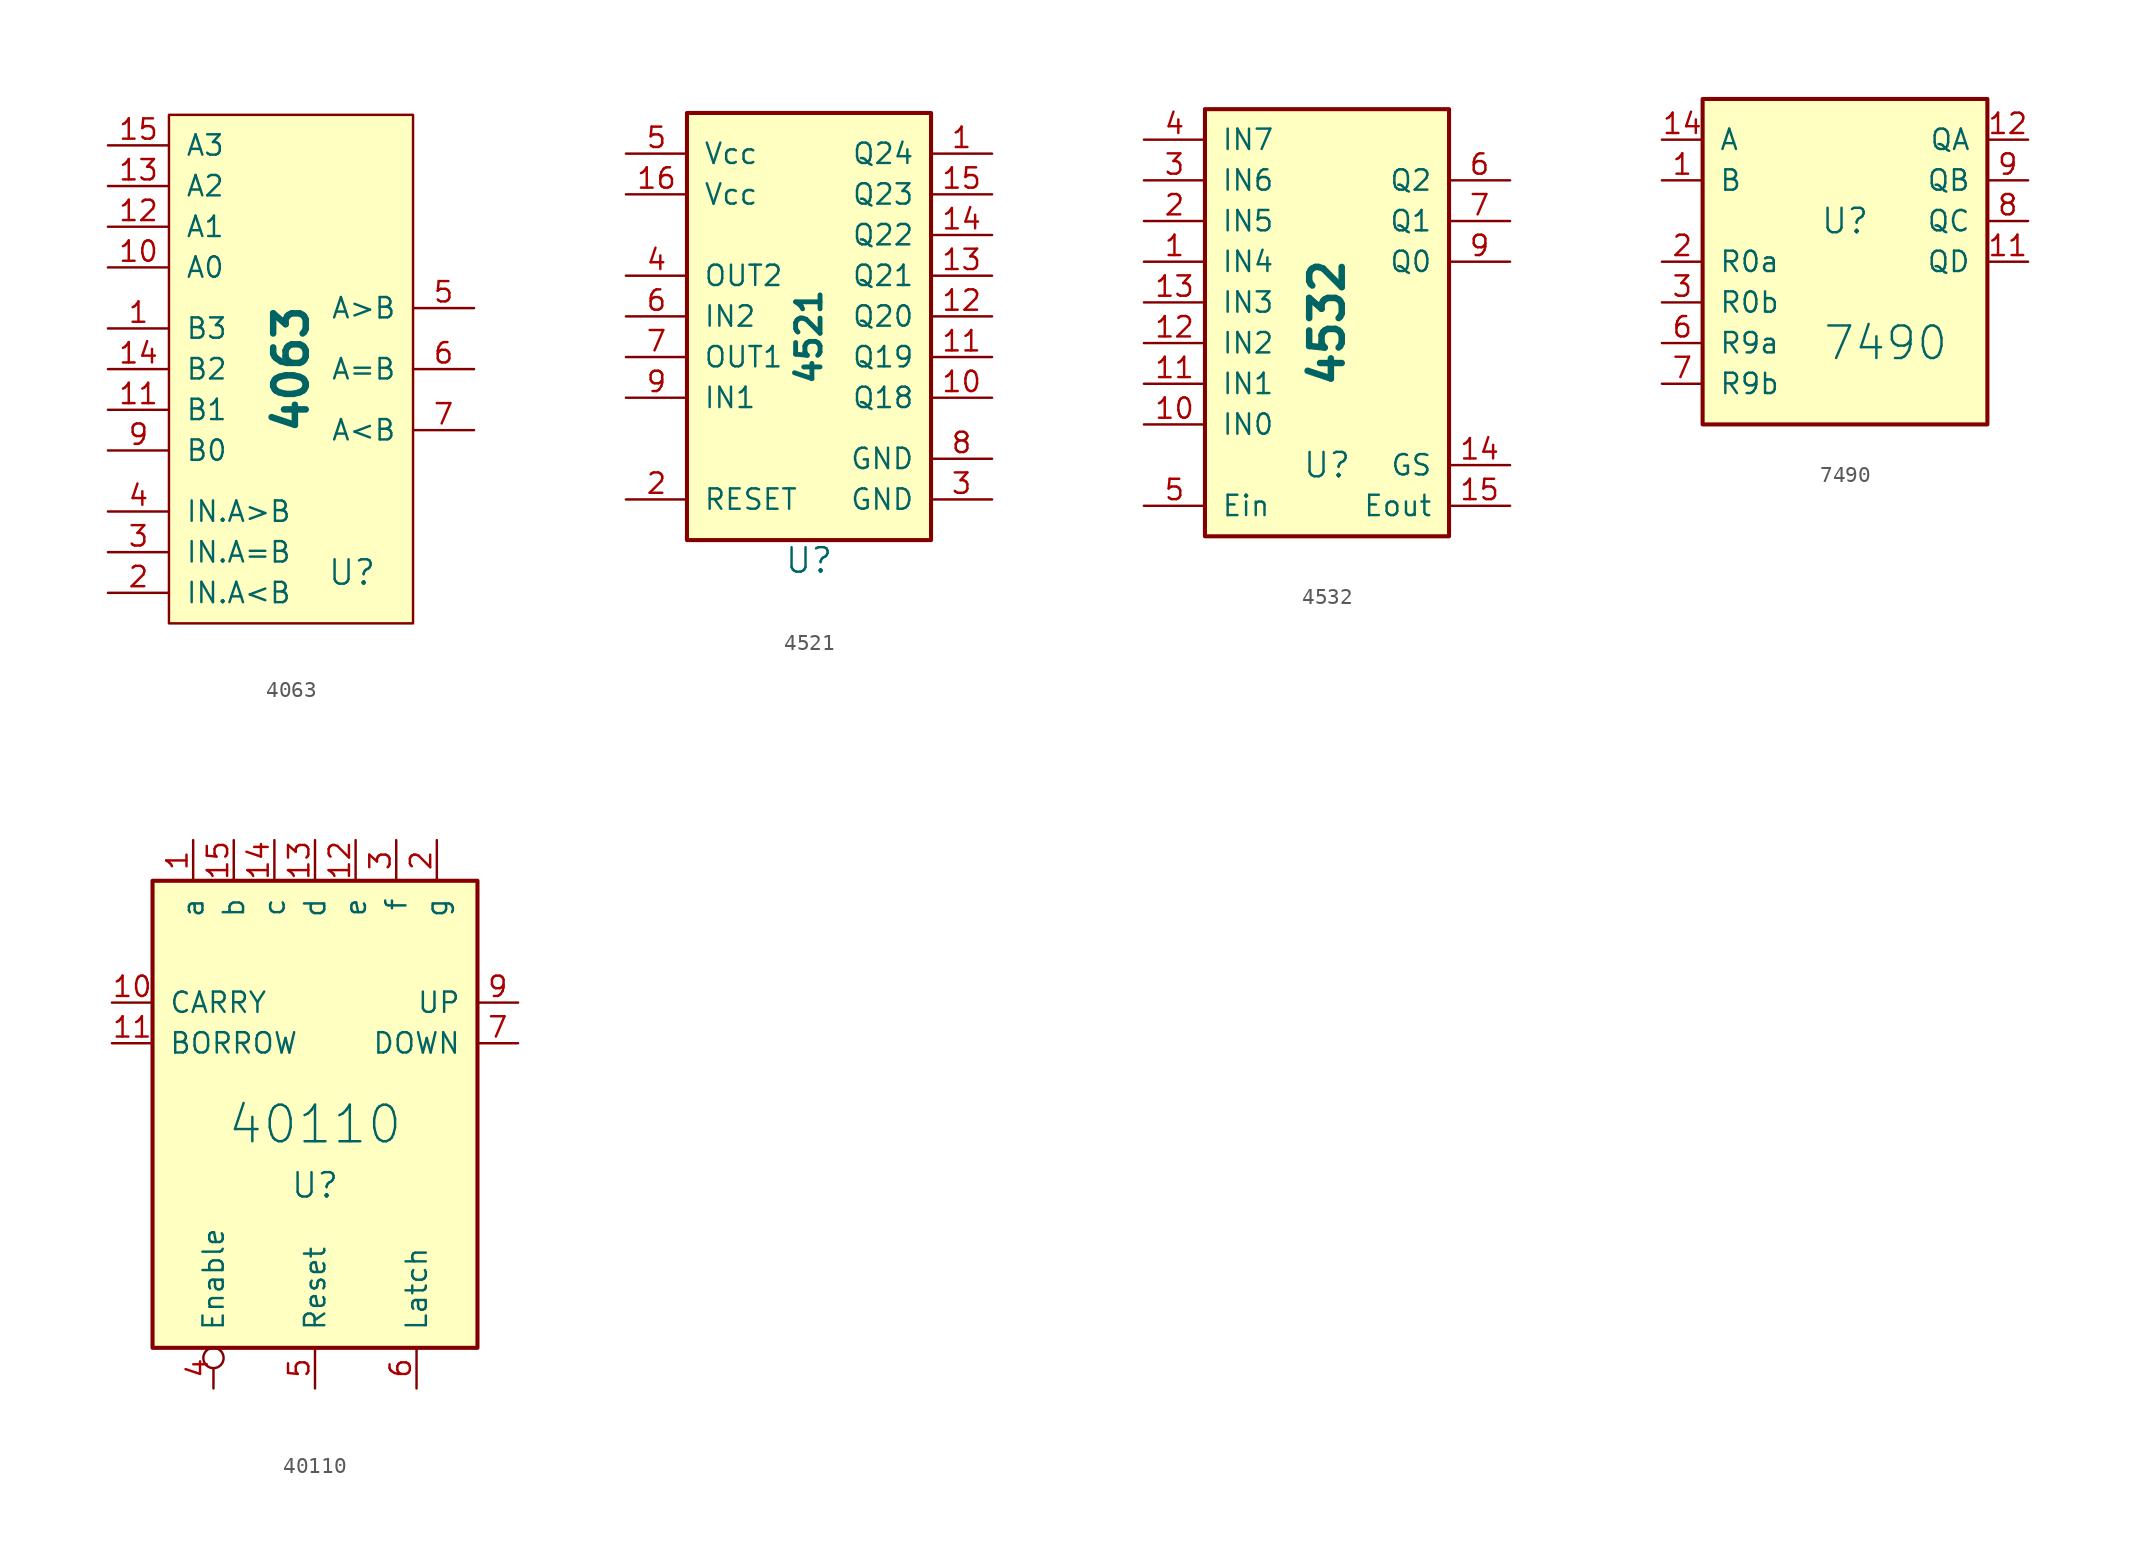
<source format=kicad_sym>
(kicad_symbol_lib
  (version 20231120)
  (generator "kicad_symbol_editor")
  (generator_version "8.0")
  (symbol "4063"
    (pin_names
      (offset 1.016))
    (property "Reference" "U"
      (at 3.81 -12.7 0)
      (effects (font (size 1.524 1.524))))
    (property "Value" "4063"
      (at 0 0 90)
      (effects (font (size 2.032 2.032) (bold yes))))
    (property "Footprint" ""
      (at 0 5.08 0)
      (effects (font (size 1.524 1.524))))
    (property "Datasheet" ""
      (at 0 5.08 0)
      (effects (font (size 1.524 1.524))))
    (symbol "4063_0_1"
      (rectangle (start -7.62 15.875) (end 7.62 -15.875) (stroke (width 0) (type default)) (fill (type background))))
    (symbol "4063_1_1"
      (pin input line (at -11.43 2.54 0) (length 3.81) (name "B3" (effects (font (size 1.27 1.27)))) (number "1" (effects (font (size 1.27 1.27)))))
      (pin input line (at -11.43 6.35 0) (length 3.81) (name "A0" (effects (font (size 1.27 1.27)))) (number "10" (effects (font (size 1.27 1.27)))))
      (pin input line (at -11.43 -2.54 0) (length 3.81) (name "B1" (effects (font (size 1.27 1.27)))) (number "11" (effects (font (size 1.27 1.27)))))
      (pin input line (at -11.43 8.89 0) (length 3.81) (name "A1" (effects (font (size 1.27 1.27)))) (number "12" (effects (font (size 1.27 1.27)))))
      (pin input line (at -11.43 11.43 0) (length 3.81) (name "A2" (effects (font (size 1.27 1.27)))) (number "13" (effects (font (size 1.27 1.27)))))
      (pin input line (at -11.43 0 0) (length 3.81) (name "B2" (effects (font (size 1.27 1.27)))) (number "14" (effects (font (size 1.27 1.27)))))
      (pin input line (at -11.43 13.97 0) (length 3.81) (name "A3" (effects (font (size 1.27 1.27)))) (number "15" (effects (font (size 1.27 1.27)))))
      (pin input line (at -11.43 -13.97 0) (length 3.81) (name "IN.A<B" (effects (font (size 1.27 1.27)))) (number "2" (effects (font (size 1.27 1.27)))))
      (pin input line (at -11.43 -11.43 0) (length 3.81) (name "IN.A=B" (effects (font (size 1.27 1.27)))) (number "3" (effects (font (size 1.27 1.27)))))
      (pin input line (at -11.43 -8.89 0) (length 3.81) (name "IN.A>B" (effects (font (size 1.27 1.27)))) (number "4" (effects (font (size 1.27 1.27)))))
      (pin input line (at 11.43 3.81 180) (length 3.81) (name "A>B" (effects (font (size 1.27 1.27)))) (number "5" (effects (font (size 1.27 1.27)))))
      (pin input line (at 11.43 0 180) (length 3.81) (name "A=B" (effects (font (size 1.27 1.27)))) (number "6" (effects (font (size 1.27 1.27)))))
      (pin input line (at 11.43 -3.81 180) (length 3.81) (name "A<B" (effects (font (size 1.27 1.27)))) (number "7" (effects (font (size 1.27 1.27)))))
      (pin input line (at -11.43 -5.08 0) (length 3.81) (name "B0" (effects (font (size 1.27 1.27)))) (number "9" (effects (font (size 1.27 1.27)))))))
  (symbol "4521"
    (pin_names
      (offset 1.016))
    (property "Reference" "U"
      (at 0 -13.97 0)
      (effects (font (size 1.524 1.524))))
    (property "Value" "4521"
      (at 0 0 90)
      (effects (font (size 1.524 1.524) (bold yes))))
    (symbol "4521_0_0"
      (pin passive line (at 11.43 -7.62 180) (length 3.81) (name "GND" (effects (font (size 1.27 1.27)))) (number "8" (effects (font (size 1.27 1.27))))))
    (symbol "4521_0_1"
      (rectangle (start -7.62 13.97) (end 7.62 -12.7) (stroke (width 0.254) (type default)) (fill (type background))))
    (symbol "4521_1_1"
      (pin output line (at 11.43 11.43 180) (length 3.81) (name "Q24" (effects (font (size 1.27 1.27)))) (number "1" (effects (font (size 1.27 1.27)))))
      (pin output line (at 11.43 -3.81 180) (length 3.81) (name "Q18" (effects (font (size 1.27 1.27)))) (number "10" (effects (font (size 1.27 1.27)))))
      (pin output line (at 11.43 -1.27 180) (length 3.81) (name "Q19" (effects (font (size 1.27 1.27)))) (number "11" (effects (font (size 1.27 1.27)))))
      (pin output line (at 11.43 1.27 180) (length 3.81) (name "Q20" (effects (font (size 1.27 1.27)))) (number "12" (effects (font (size 1.27 1.27)))))
      (pin output line (at 11.43 3.81 180) (length 3.81) (name "Q21" (effects (font (size 1.27 1.27)))) (number "13" (effects (font (size 1.27 1.27)))))
      (pin output line (at 11.43 6.35 180) (length 3.81) (name "Q22" (effects (font (size 1.27 1.27)))) (number "14" (effects (font (size 1.27 1.27)))))
      (pin output line (at 11.43 8.89 180) (length 3.81) (name "Q23" (effects (font (size 1.27 1.27)))) (number "15" (effects (font (size 1.27 1.27)))))
      (pin passive line (at -11.43 8.89 0) (length 3.81) (name "Vcc" (effects (font (size 1.27 1.27)))) (number "16" (effects (font (size 1.27 1.27)))))
      (pin passive line (at -11.43 -10.16 0) (length 3.81) (name "RESET" (effects (font (size 1.27 1.27)))) (number "2" (effects (font (size 1.27 1.27)))))
      (pin passive line (at 11.43 -10.16 180) (length 3.81) (name "GND" (effects (font (size 1.27 1.27)))) (number "3" (effects (font (size 1.27 1.27)))))
      (pin passive line (at -11.43 3.81 0) (length 3.81) (name "OUT2" (effects (font (size 1.27 1.27)))) (number "4" (effects (font (size 1.27 1.27)))))
      (pin passive line (at -11.43 11.43 0) (length 3.81) (name "Vcc" (effects (font (size 1.27 1.27)))) (number "5" (effects (font (size 1.27 1.27)))))
      (pin passive line (at -11.43 1.27 0) (length 3.81) (name "IN2" (effects (font (size 1.27 1.27)))) (number "6" (effects (font (size 1.27 1.27)))))
      (pin passive line (at -11.43 -1.27 0) (length 3.81) (name "OUT1" (effects (font (size 1.27 1.27)))) (number "7" (effects (font (size 1.27 1.27)))))
      (pin passive line (at -11.43 -3.81 0) (length 3.81) (name "IN1" (effects (font (size 1.27 1.27)))) (number "9" (effects (font (size 1.27 1.27)))))))
  (symbol "4532"
    (pin_names
      (offset 1.016))
    (property "Reference" "U"
      (at 0 -8.89 0)
      (effects (font (size 1.524 1.524))))
    (property "Value" "4532"
      (at 0 0 90)
      (effects (font (size 2.032 2.032) (bold yes))))
    (property "Footprint" ""
      (at 0 2.54 0)
      (effects (font (size 1.524 1.524))))
    (property "Datasheet" ""
      (at 0 2.54 0)
      (effects (font (size 1.524 1.524))))
    (symbol "4532_0_1"
      (rectangle (start -7.62 13.335) (end 7.62 -13.335) (stroke (width 0.254) (type default)) (fill (type background))))
    (symbol "4532_1_1"
      (pin input line (at -11.43 3.81 0) (length 3.81) (name "IN4" (effects (font (size 1.27 1.27)))) (number "1" (effects (font (size 1.27 1.27)))))
      (pin input line (at -11.43 -6.35 0) (length 3.81) (name "IN0" (effects (font (size 1.27 1.27)))) (number "10" (effects (font (size 1.27 1.27)))))
      (pin input line (at -11.43 -3.81 0) (length 3.81) (name "IN1" (effects (font (size 1.27 1.27)))) (number "11" (effects (font (size 1.27 1.27)))))
      (pin input line (at -11.43 -1.27 0) (length 3.81) (name "IN2" (effects (font (size 1.27 1.27)))) (number "12" (effects (font (size 1.27 1.27)))))
      (pin input line (at -11.43 1.27 0) (length 3.81) (name "IN3" (effects (font (size 1.27 1.27)))) (number "13" (effects (font (size 1.27 1.27)))))
      (pin input line (at 11.43 -8.89 180) (length 3.81) (name "GS" (effects (font (size 1.27 1.27)))) (number "14" (effects (font (size 1.27 1.27)))))
      (pin input line (at 11.43 -11.43 180) (length 3.81) (name "Eout" (effects (font (size 1.27 1.27)))) (number "15" (effects (font (size 1.27 1.27)))))
      (pin input line (at -11.43 6.35 0) (length 3.81) (name "IN5" (effects (font (size 1.27 1.27)))) (number "2" (effects (font (size 1.27 1.27)))))
      (pin input line (at -11.43 8.89 0) (length 3.81) (name "IN6" (effects (font (size 1.27 1.27)))) (number "3" (effects (font (size 1.27 1.27)))))
      (pin input line (at -11.43 11.43 0) (length 3.81) (name "IN7" (effects (font (size 1.27 1.27)))) (number "4" (effects (font (size 1.27 1.27)))))
      (pin input line (at -11.43 -11.43 0) (length 3.81) (name "Ein" (effects (font (size 1.27 1.27)))) (number "5" (effects (font (size 1.27 1.27)))))
      (pin input line (at 11.43 8.89 180) (length 3.81) (name "Q2" (effects (font (size 1.27 1.27)))) (number "6" (effects (font (size 1.27 1.27)))))
      (pin input line (at 11.43 6.35 180) (length 3.81) (name "Q1" (effects (font (size 1.27 1.27)))) (number "7" (effects (font (size 1.27 1.27)))))
      (pin input line (at 11.43 3.81 180) (length 3.81) (name "Q0" (effects (font (size 1.27 1.27)))) (number "9" (effects (font (size 1.27 1.27)))))))
  (symbol "7490"
    (pin_names
      (offset 1.016))
    (property "Reference" "U"
      (at 0 2.54 0)
      (effects (font (size 1.524 1.524))))
    (property "Value" "7490"
      (at 2.54 -5.08 0)
      (effects (font (size 2.032 2.032))))
    (property "Footprint" ""
      (at 0 0 0)
      (effects (font (size 1.524 1.524))))
    (property "Datasheet" ""
      (at 0 0 0)
      (effects (font (size 1.524 1.524))))
    (symbol "7490_0_1"
      (rectangle (start 8.89 10.16) (end -8.89 -10.16) (stroke (width 0.254) (type default)) (fill (type background))))
    (symbol "7490_1_1"
      (pin passive line (at -11.43 5.08 0) (length 2.54) (name "B" (effects (font (size 1.27 1.27)))) (number "1" (effects (font (size 1.27 1.27)))))
      (pin power_in line (at 3.81 -3.81 180) (length 0) hide (name "GND" (effects (font (size 1.27 1.27)))) (number "10" (effects (font (size 1.27 1.27)))))
      (pin passive line (at 11.43 0 180) (length 2.54) (name "QD" (effects (font (size 1.27 1.27)))) (number "11" (effects (font (size 1.27 1.27)))))
      (pin passive line (at 11.43 7.62 180) (length 2.54) (name "QA" (effects (font (size 1.27 1.27)))) (number "12" (effects (font (size 1.27 1.27)))))
      (pin passive line (at -11.43 7.62 0) (length 2.54) (name "A" (effects (font (size 1.27 1.27)))) (number "14" (effects (font (size 1.27 1.27)))))
      (pin passive line (at -11.43 0 0) (length 2.54) (name "R0a" (effects (font (size 1.27 1.27)))) (number "2" (effects (font (size 1.27 1.27)))))
      (pin passive line (at -11.43 -2.54 0) (length 2.54) (name "R0b" (effects (font (size 1.27 1.27)))) (number "3" (effects (font (size 1.27 1.27)))))
      (pin power_in line (at 3.81 -6.35 180) (length 0) hide (name "Vcc" (effects (font (size 1.27 1.27)))) (number "5" (effects (font (size 1.27 1.27)))))
      (pin passive line (at -11.43 -5.08 0) (length 2.54) (name "R9a" (effects (font (size 1.27 1.27)))) (number "6" (effects (font (size 1.27 1.27)))))
      (pin passive line (at -11.43 -7.62 0) (length 2.54) (name "R9b" (effects (font (size 1.27 1.27)))) (number "7" (effects (font (size 1.27 1.27)))))
      (pin passive line (at 11.43 2.54 180) (length 2.54) (name "QC" (effects (font (size 1.27 1.27)))) (number "8" (effects (font (size 1.27 1.27)))))
      (pin passive line (at 11.43 5.08 180) (length 2.54) (name "QB" (effects (font (size 1.27 1.27)))) (number "9" (effects (font (size 1.27 1.27)))))))
  (symbol "40110"
    (pin_names
      (offset 1.016))
    (property "Reference" "U"
      (at 0 -3.81 0)
      (effects (font (size 1.524 1.524))))
    (property "Value" "40110"
      (at 0 0 0)
      (effects (font (size 2.286 2.286))))
    (property "Footprint" ""
      (at 0 0 0)
      (effects (font (size 1.524 1.524))))
    (property "Datasheet" ""
      (at 0 0 0)
      (effects (font (size 1.524 1.524))))
    (symbol "40110_0_0"
      (pin power_in line (at 11.43 -10.16 90) (length 2.54) hide (name "Vcc" (effects (font (size 1.27 1.27)))) (number "16" (effects (font (size 1.27 1.27)))))
      (pin power_in line (at -11.43 -11.43 90) (length 0) hide (name "GND" (effects (font (size 1.27 1.27)))) (number "8" (effects (font (size 1.27 1.27))))))
    (symbol "40110_0_1"
      (rectangle (start -10.16 15.24) (end 10.16 -13.97) (stroke (width 0.254) (type default)) (fill (type background))))
    (symbol "40110_1_1"
      (pin input line (at -7.62 17.78 270) (length 2.54) (name "a" (effects (font (size 1.27 1.27)))) (number "1" (effects (font (size 1.27 1.27)))))
      (pin output line (at -12.7 7.62 0) (length 2.54) (name "CARRY" (effects (font (size 1.27 1.27)))) (number "10" (effects (font (size 1.27 1.27)))))
      (pin output line (at -12.7 5.08 0) (length 2.54) (name "BORROW" (effects (font (size 1.27 1.27)))) (number "11" (effects (font (size 1.27 1.27)))))
      (pin input line (at 2.54 17.78 270) (length 2.54) (name "e" (effects (font (size 1.27 1.27)))) (number "12" (effects (font (size 1.27 1.27)))))
      (pin input line (at 0 17.78 270) (length 2.54) (name "d" (effects (font (size 1.27 1.27)))) (number "13" (effects (font (size 1.27 1.27)))))
      (pin input line (at -2.54 17.78 270) (length 2.54) (name "c" (effects (font (size 1.27 1.27)))) (number "14" (effects (font (size 1.27 1.27)))))
      (pin input line (at -5.08 17.78 270) (length 2.54) (name "b" (effects (font (size 1.27 1.27)))) (number "15" (effects (font (size 1.27 1.27)))))
      (pin input line (at 7.62 17.78 270) (length 2.54) (name "g" (effects (font (size 1.27 1.27)))) (number "2" (effects (font (size 1.27 1.27)))))
      (pin input line (at 5.08 17.78 270) (length 2.54) (name "f" (effects (font (size 1.27 1.27)))) (number "3" (effects (font (size 1.27 1.27)))))
      (pin input inverted (at -6.35 -16.51 90) (length 2.54) (name "Enable" (effects (font (size 1.27 1.27)))) (number "4" (effects (font (size 1.27 1.27)))))
      (pin input line (at 0 -16.51 90) (length 2.54) (name "Reset" (effects (font (size 1.27 1.27)))) (number "5" (effects (font (size 1.27 1.27)))))
      (pin input line (at 6.35 -16.51 90) (length 2.54) (name "Latch" (effects (font (size 1.27 1.27)))) (number "6" (effects (font (size 1.27 1.27)))))
      (pin input line (at 12.7 5.08 180) (length 2.54) (name "DOWN" (effects (font (size 1.27 1.27)))) (number "7" (effects (font (size 1.27 1.27)))))
      (pin input line (at 12.7 7.62 180) (length 2.54) (name "UP" (effects (font (size 1.27 1.27)))) (number "9" (effects (font (size 1.27 1.27))))))))
</source>
